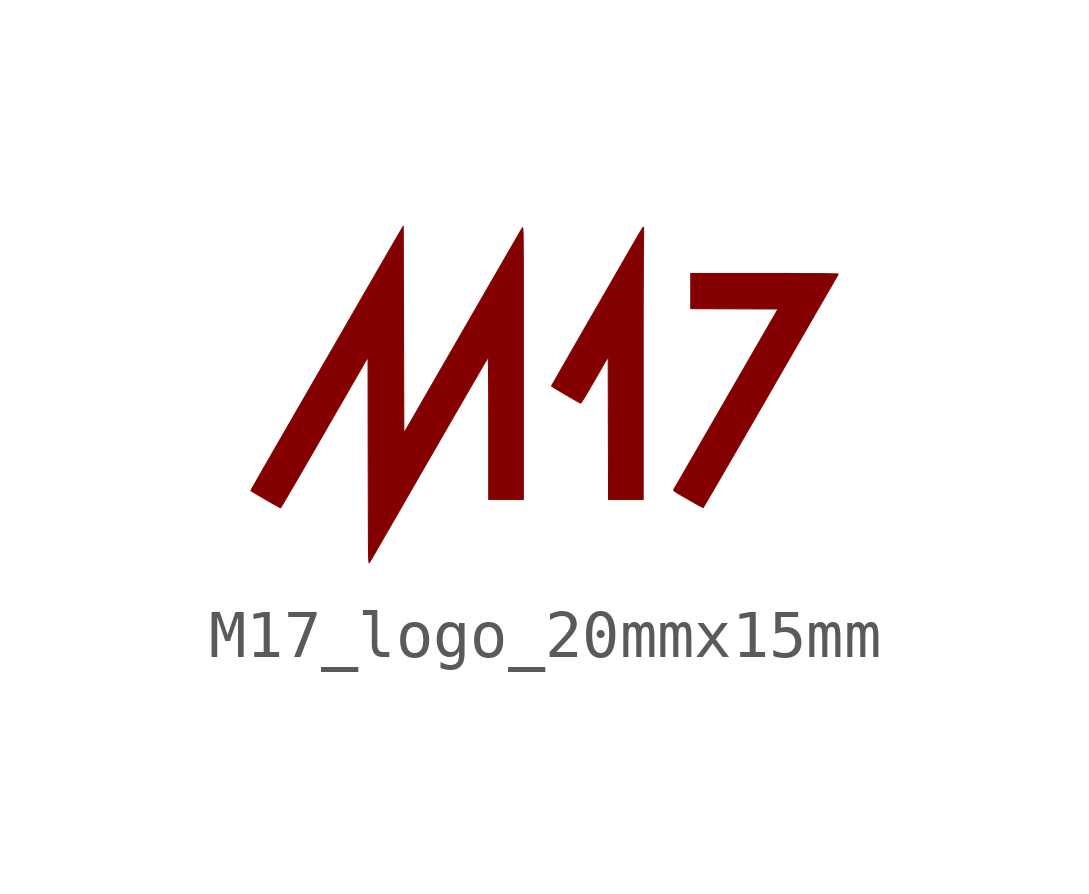
<source format=kicad_sym>
(kicad_symbol_lib
  (version 20220914)
  (generator kicad_symbol_editor)
  (symbol "M17_logo_20mmx15mm"
    (property "Reference" "LOGO"
      (at 0 4.826 0)
      (effects (font (size 1.27 1.27)) hide))
    (symbol "M17_logo_20mmx15mm_0_0"
      (polyline (pts (xy 2.148 0.457) (xy 2.148 0.623) (xy 2.148 0.873) (xy 2.148 1.118) (xy 2.148 1.357) (xy 2.149 1.588) (xy 2.149 1.811) (xy 2.15 2.023) (xy 2.15 2.223) (xy 2.151 2.411) (xy 2.151 2.584) (xy 2.152 2.742) (xy 2.152 2.883) (xy 2.153 3.007) (xy 2.154 3.111) (xy 2.155 3.194) (xy 2.155 3.256) (xy 2.156 3.294) (xy 2.156 3.309) (xy 2.158 3.392) (xy 2.159 3.462) (xy 2.158 3.515) (xy 2.156 3.548) (xy 2.153 3.56) (xy 2.152 3.56) (xy 2.142 3.547) (xy 2.122 3.516) (xy 2.093 3.469) (xy 2.057 3.41) (xy 2.016 3.34) (xy 1.971 3.263) (xy 1.95 3.226) (xy 1.912 3.161) (xy 1.865 3.078) (xy 1.808 2.979) (xy 1.742 2.865) (xy 1.669 2.737) (xy 1.588 2.598) (xy 1.503 2.449) (xy 1.412 2.292) (xy 1.317 2.128) (xy 1.22 1.959) (xy 1.121 1.787) (xy 1.02 1.613) (xy 1.008 1.591) (xy 0.912 1.424) (xy 0.819 1.263) (xy 0.731 1.109) (xy 0.647 0.964) (xy 0.57 0.828) (xy 0.498 0.704) (xy 0.434 0.592) (xy 0.378 0.493) (xy 0.33 0.41) (xy 0.292 0.342) (xy 0.264 0.292) (xy 0.246 0.261) (xy 0.24 0.249) (xy 0.246 0.244) (xy 0.271 0.228) (xy 0.31 0.203) (xy 0.363 0.172) (xy 0.424 0.135) (xy 0.49 0.096) (xy 0.56 0.055) (xy 0.628 0.015) (xy 0.693 -0.022) (xy 0.75 -0.055) (xy 0.797 -0.081) (xy 0.831 -0.099) (xy 0.847 -0.106) (xy 0.854 -0.099) (xy 0.872 -0.073) (xy 0.9 -0.03) (xy 0.936 0.029) (xy 0.98 0.101) (xy 1.029 0.184) (xy 1.083 0.277) (xy 1.141 0.376) (xy 1.42 0.862) (xy 1.423 -0.626) (xy 1.427 -2.114) (xy 1.787 -2.114) (xy 2.148 -2.114) (xy 2.148 0.457)) (stroke (width 0.01) (type default)) (fill (type outline)))
      (polyline (pts (xy 3.399 -2.281) (xy 3.41 -2.263) (xy 3.432 -2.225) (xy 3.466 -2.169) (xy 3.509 -2.094) (xy 3.563 -2.003) (xy 3.625 -1.895) (xy 3.697 -1.772) (xy 3.776 -1.635) (xy 3.864 -1.485) (xy 3.958 -1.322) (xy 4.059 -1.148) (xy 4.165 -0.964) (xy 4.277 -0.77) (xy 4.394 -0.568) (xy 4.516 -0.358) (xy 4.641 -0.141) (xy 4.769 0.081) (xy 4.807 0.146) (xy 4.934 0.368) (xy 5.059 0.584) (xy 5.18 0.794) (xy 5.297 0.996) (xy 5.409 1.19) (xy 5.516 1.375) (xy 5.616 1.549) (xy 5.71 1.712) (xy 5.797 1.863) (xy 5.877 2) (xy 5.948 2.123) (xy 6.01 2.231) (xy 6.063 2.322) (xy 6.106 2.396) (xy 6.138 2.452) (xy 6.16 2.489) (xy 6.17 2.506) (xy 6.187 2.536) (xy 6.202 2.566) (xy 6.208 2.582) (xy 6.2 2.584) (xy 6.169 2.585) (xy 6.115 2.587) (xy 6.038 2.588) (xy 5.938 2.59) (xy 5.817 2.591) (xy 5.676 2.592) (xy 5.513 2.592) (xy 5.331 2.593) (xy 5.13 2.594) (xy 4.911 2.594) (xy 4.673 2.594) (xy 3.139 2.594) (xy 3.139 2.227) (xy 3.139 1.86) (xy 4.048 1.857) (xy 4.958 1.854) (xy 4.759 1.512) (xy 4.743 1.484) (xy 4.707 1.421) (xy 4.659 1.339) (xy 4.602 1.239) (xy 4.535 1.124) (xy 4.461 0.995) (xy 4.379 0.854) (xy 4.292 0.702) (xy 4.198 0.54) (xy 4.1 0.371) (xy 3.999 0.195) (xy 3.895 0.015) (xy 3.789 -0.169) (xy 3.683 -0.353) (xy 3.59 -0.514) (xy 3.49 -0.688) (xy 3.393 -0.855) (xy 3.302 -1.013) (xy 3.215 -1.163) (xy 3.135 -1.302) (xy 3.061 -1.43) (xy 2.994 -1.546) (xy 2.936 -1.647) (xy 2.886 -1.733) (xy 2.845 -1.803) (xy 2.815 -1.855) (xy 2.796 -1.888) (xy 2.788 -1.902) (xy 2.787 -1.902) (xy 2.783 -1.91) (xy 2.784 -1.918) (xy 2.79 -1.928) (xy 2.805 -1.941) (xy 2.83 -1.959) (xy 2.868 -1.983) (xy 2.921 -2.014) (xy 2.991 -2.055) (xy 3.08 -2.106) (xy 3.101 -2.119) (xy 3.179 -2.163) (xy 3.249 -2.202) (xy 3.308 -2.236) (xy 3.355 -2.261) (xy 3.386 -2.277) (xy 3.398 -2.282) (xy 3.399 -2.281)) (stroke (width 0.01) (type default)) (fill (type outline)))
      (polyline (pts (xy -3.556 -3.429) (xy -3.555 -3.428) (xy -3.543 -3.409) (xy -3.521 -3.372) (xy -3.49 -3.32) (xy -3.453 -3.256) (xy -3.41 -3.184) (xy -3.365 -3.105) (xy -3.178 -2.781) (xy -2.961 -2.405) (xy -2.757 -2.05) (xy -2.564 -1.716) (xy -2.384 -1.403) (xy -2.215 -1.111) (xy -2.059 -0.84) (xy -1.914 -0.589) (xy -1.781 -0.358) (xy -1.659 -0.148) (xy -1.55 0.041) (xy -1.452 0.211) (xy -1.365 0.36) (xy -1.29 0.49) (xy -1.227 0.599) (xy -1.175 0.689) (xy -1.134 0.759) (xy -1.105 0.809) (xy -1.087 0.84) (xy -1.08 0.851) (xy -1.078 0.841) (xy -1.076 0.808) (xy -1.075 0.752) (xy -1.074 0.674) (xy -1.073 0.575) (xy -1.071 0.457) (xy -1.071 0.319) (xy -1.07 0.163) (xy -1.069 -0.011) (xy -1.069 -0.201) (xy -1.068 -0.406) (xy -1.068 -0.626) (xy -1.068 -2.114) (xy -0.708 -2.114) (xy -0.347 -2.114) (xy -0.347 0.732) (xy -0.347 1.005) (xy -0.347 1.295) (xy -0.347 1.563) (xy -0.347 1.809) (xy -0.347 2.034) (xy -0.347 2.239) (xy -0.347 2.425) (xy -0.348 2.592) (xy -0.348 2.743) (xy -0.348 2.877) (xy -0.349 2.995) (xy -0.349 3.1) (xy -0.35 3.19) (xy -0.351 3.268) (xy -0.351 3.334) (xy -0.352 3.389) (xy -0.353 3.434) (xy -0.355 3.47) (xy -0.356 3.498) (xy -0.357 3.518) (xy -0.359 3.532) (xy -0.361 3.541) (xy -0.363 3.546) (xy -0.365 3.546) (xy -0.367 3.545) (xy -0.37 3.541) (xy -0.372 3.536) (xy -0.377 3.528) (xy -0.384 3.517) (xy -0.393 3.501) (xy -0.405 3.48) (xy -0.421 3.454) (xy -0.44 3.421) (xy -0.463 3.381) (xy -0.491 3.332) (xy -0.524 3.275) (xy -0.562 3.209) (xy -0.607 3.132) (xy -0.658 3.044) (xy -0.716 2.944) (xy -0.78 2.831) (xy -0.853 2.705) (xy -0.934 2.564) (xy -1.024 2.409) (xy -1.123 2.238) (xy -1.231 2.05) (xy -1.349 1.845) (xy -1.478 1.622) (xy -1.617 1.38) (xy -1.768 1.118) (xy -1.931 0.836) (xy -2.835 -0.733) (xy -2.842 1.423) (xy -2.848 3.578) (xy -2.901 3.487) (xy -2.905 3.48) (xy -2.937 3.426) (xy -2.969 3.372) (xy -2.995 3.328) (xy -2.998 3.321) (xy -3.014 3.294) (xy -3.042 3.247) (xy -3.079 3.182) (xy -3.127 3.099) (xy -3.184 3.001) (xy -3.249 2.888) (xy -3.322 2.76) (xy -3.403 2.621) (xy -3.49 2.469) (xy -3.584 2.308) (xy -3.683 2.137) (xy -3.786 1.958) (xy -3.893 1.772) (xy -4.004 1.58) (xy -4.117 1.383) (xy -4.233 1.183) (xy -4.349 0.981) (xy -4.467 0.777) (xy -4.585 0.573) (xy -4.702 0.37) (xy -4.818 0.169) (xy -4.932 -0.029) (xy -5.044 -0.222) (xy -5.152 -0.41) (xy -5.256 -0.591) (xy -5.357 -0.765) (xy -5.452 -0.93) (xy -5.541 -1.084) (xy -5.623 -1.228) (xy -5.699 -1.359) (xy -5.726 -1.405) (xy -5.786 -1.51) (xy -5.841 -1.607) (xy -5.891 -1.695) (xy -5.935 -1.772) (xy -5.971 -1.835) (xy -5.998 -1.884) (xy -6.015 -1.915) (xy -6.021 -1.927) (xy -6.011 -1.935) (xy -5.982 -1.954) (xy -5.939 -1.98) (xy -5.884 -2.013) (xy -5.821 -2.05) (xy -5.753 -2.09) (xy -5.683 -2.131) (xy -5.614 -2.17) (xy -5.549 -2.207) (xy -5.493 -2.238) (xy -5.447 -2.263) (xy -5.416 -2.28) (xy -5.402 -2.285) (xy -5.402 -2.285) (xy -5.393 -2.272) (xy -5.373 -2.239) (xy -5.342 -2.187) (xy -5.301 -2.117) (xy -5.25 -2.031) (xy -5.191 -1.93) (xy -5.124 -1.815) (xy -5.049 -1.687) (xy -4.968 -1.548) (xy -4.881 -1.397) (xy -4.789 -1.238) (xy -4.691 -1.07) (xy -4.591 -0.895) (xy -4.486 -0.714) (xy -3.581 0.856) (xy -3.578 -1.299) (xy -3.578 -1.421) (xy -3.577 -1.682) (xy -3.577 -1.919) (xy -3.576 -2.135) (xy -3.576 -2.329) (xy -3.575 -2.504) (xy -3.575 -2.659) (xy -3.574 -2.797) (xy -3.574 -2.918) (xy -3.573 -3.023) (xy -3.572 -3.114) (xy -3.571 -3.19) (xy -3.57 -3.254) (xy -3.569 -3.306) (xy -3.567 -3.348) (xy -3.566 -3.38) (xy -3.564 -3.403) (xy -3.562 -3.418) (xy -3.56 -3.427) (xy -3.558 -3.43) (xy -3.556 -3.429)) (stroke (width 0.01) (type default)) (fill (type outline))))))
</source>
